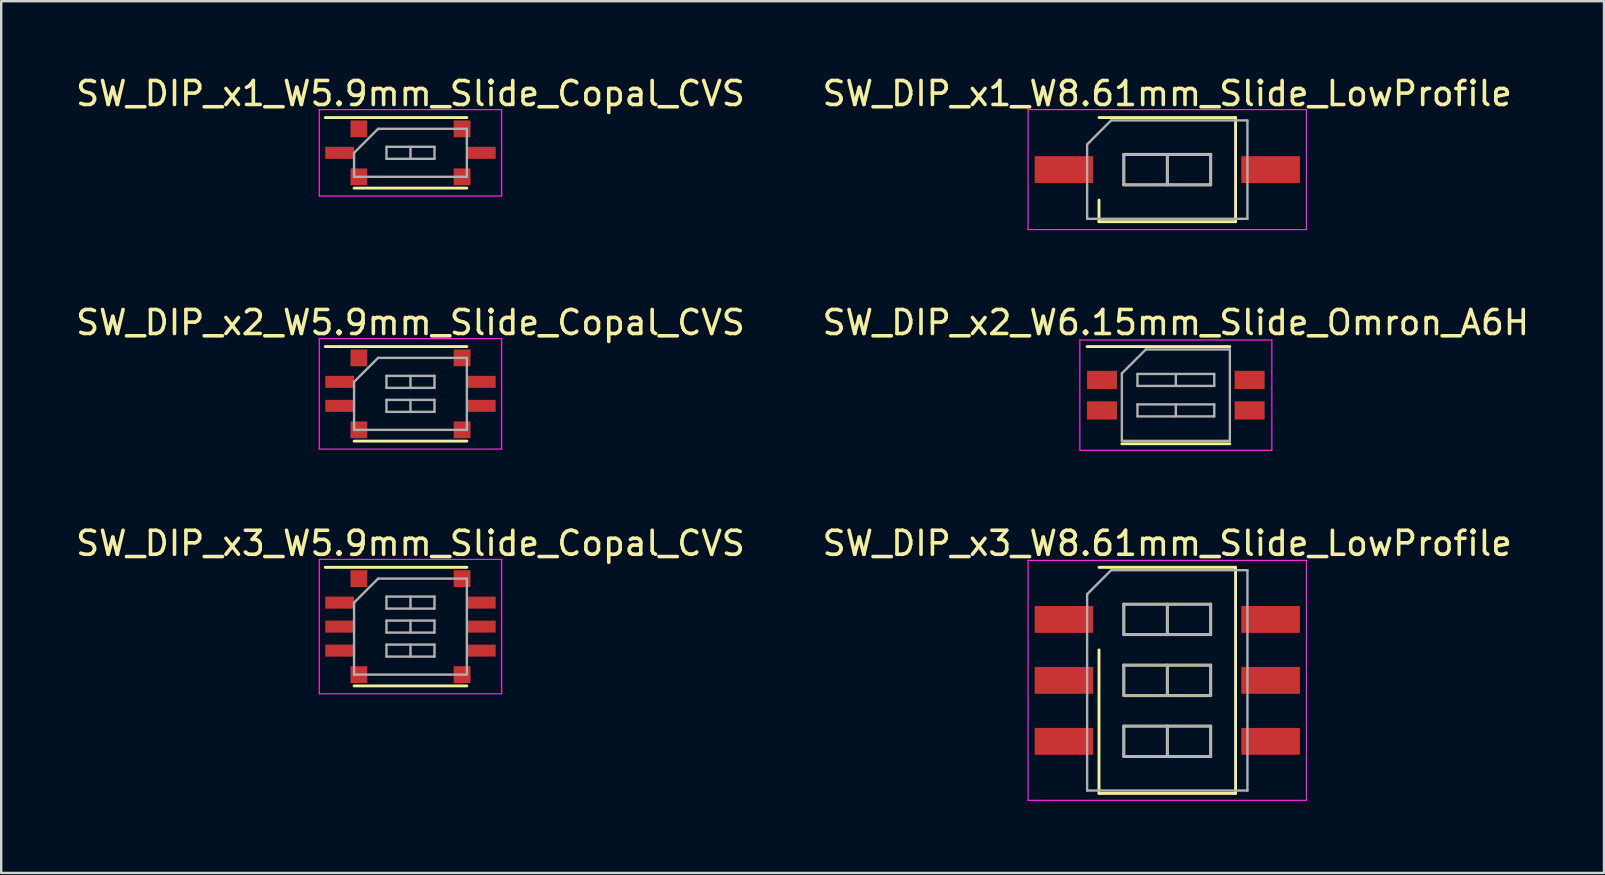
<source format=kicad_pcb>
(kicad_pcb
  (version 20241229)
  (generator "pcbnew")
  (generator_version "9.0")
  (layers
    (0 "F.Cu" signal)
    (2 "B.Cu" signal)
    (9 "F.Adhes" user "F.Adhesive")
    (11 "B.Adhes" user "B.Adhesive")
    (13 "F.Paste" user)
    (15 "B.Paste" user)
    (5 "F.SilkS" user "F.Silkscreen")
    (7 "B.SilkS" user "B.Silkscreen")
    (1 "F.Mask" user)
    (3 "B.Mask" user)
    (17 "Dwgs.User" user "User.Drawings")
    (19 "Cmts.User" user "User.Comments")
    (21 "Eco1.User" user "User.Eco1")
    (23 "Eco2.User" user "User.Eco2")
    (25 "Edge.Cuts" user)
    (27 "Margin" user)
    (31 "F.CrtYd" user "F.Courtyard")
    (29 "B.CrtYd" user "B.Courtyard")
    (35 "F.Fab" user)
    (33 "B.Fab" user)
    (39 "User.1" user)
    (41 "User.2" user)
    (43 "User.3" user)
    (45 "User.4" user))
  (footprint "SW_DIP_x2_W5.9mm_Slide_Copal_CVS"
    (layer "F.Cu")
    (at 14.054 13.361)
    (property "Reference" "SW_DIP_x2_W5.9mm_Slide_Copal_CVS" (at 0 -2.97 0) (layer "F.SilkS") (effects (font (size 1 1) (thickness 0.15))))
    (attr smd)
    (fp_line (start -3.55 -1.97) (end 2.35 -1.97) (stroke (width 0.12) (type solid)) (layer "F.SilkS"))
    (fp_line (start -2.35 1.97) (end 2.35 1.97) (stroke (width 0.12) (type solid)) (layer "F.SilkS"))
    (fp_line (start -3.8 -2.3) (end -3.8 2.3) (stroke (width 0.05) (type solid)) (layer "F.CrtYd"))
    (fp_line (start -3.8 2.3) (end 3.8 2.3) (stroke (width 0.05) (type solid)) (layer "F.CrtYd"))
    (fp_line (start 3.8 -2.3) (end -3.8 -2.3) (stroke (width 0.05) (type solid)) (layer "F.CrtYd"))
    (fp_line (start 3.8 2.3) (end 3.8 -2.3) (stroke (width 0.05) (type solid)) (layer "F.CrtYd"))
    (fp_line (start -2.35 -0.5) (end -1.35 -1.5) (stroke (width 0.1) (type solid)) (layer "F.Fab"))
    (fp_line (start -2.35 1.5) (end -2.35 -0.5) (stroke (width 0.1) (type solid)) (layer "F.Fab"))
    (fp_line (start -1.35 -1.5) (end 2.35 -1.5) (stroke (width 0.1) (type solid)) (layer "F.Fab"))
    (fp_line (start -1 -0.75) (end -1 -0.25) (stroke (width 0.1) (type solid)) (layer "F.Fab"))
    (fp_line (start -1 -0.25) (end 1 -0.25) (stroke (width 0.1) (type solid)) (layer "F.Fab"))
    (fp_line (start -1 0.25) (end -1 0.75) (stroke (width 0.1) (type solid)) (layer "F.Fab"))
    (fp_line (start -1 0.75) (end 1 0.75) (stroke (width 0.1) (type solid)) (layer "F.Fab"))
    (fp_line (start 0 -0.75) (end 0 -0.25) (stroke (width 0.1) (type solid)) (layer "F.Fab"))
    (fp_line (start 0 0.25) (end 0 0.75) (stroke (width 0.1) (type solid)) (layer "F.Fab"))
    (fp_line (start 1 -0.75) (end -1 -0.75) (stroke (width 0.1) (type solid)) (layer "F.Fab"))
    (fp_line (start 1 -0.25) (end 1 -0.75) (stroke (width 0.1) (type solid)) (layer "F.Fab"))
    (fp_line (start 1 0.25) (end -1 0.25) (stroke (width 0.1) (type solid)) (layer "F.Fab"))
    (fp_line (start 1 0.75) (end 1 0.25) (stroke (width 0.1) (type solid)) (layer "F.Fab"))
    (fp_line (start 2.35 -1.5) (end 2.35 1.5) (stroke (width 0.1) (type solid)) (layer "F.Fab"))
    (fp_line (start 2.35 1.5) (end -2.35 1.5) (stroke (width 0.1) (type solid)) (layer "F.Fab"))
    (pad "1" smd rect (at -2.95 -0.5) (size 1.2 0.5) (layers "F.Cu" "F.Mask"))
    (pad "2" smd rect (at -2.95 0.5) (size 1.2 0.5) (layers "F.Cu" "F.Mask"))
    (pad "3" smd rect (at 2.95 0.5) (size 1.2 0.5) (layers "F.Cu" "F.Mask"))
    (pad "4" smd rect (at 2.95 -0.5) (size 1.2 0.5) (layers "F.Cu" "F.Mask"))
    (pad "5" smd rect (at -2.15 -1.5) (size 0.7 0.7) (layers "F.Cu" "F.Mask"))
    (pad "5" smd rect (at -2.15 1.5) (size 0.7 0.7) (layers "F.Cu" "F.Mask"))
    (pad "5" smd rect (at 2.15 -1.5) (size 0.7 0.7) (layers "F.Cu" "F.Mask"))
    (pad "5" smd rect (at 2.15 1.5) (size 0.7 0.7) (layers "F.Cu" "F.Mask")))
  (footprint "SW_DIP_x1_W8.61mm_Slide_LowProfile"
    (layer "F.Cu")
    (at 45.589 4.018)
    (property "Reference" "SW_DIP_x1_W8.61mm_Slide_LowProfile" (at 0 -3.17 0) (layer "F.SilkS") (effects (font (size 1 1) (thickness 0.15))))
    (attr smd)
    (fp_line (start -2.845 -2.17) (end 2.845 -2.17) (stroke (width 0.12) (type solid)) (layer "F.SilkS"))
    (fp_line (start -2.845 2.17) (end -2.845 1.27) (stroke (width 0.12) (type solid)) (layer "F.SilkS"))
    (fp_line (start -1.81 -0.635) (end -1.81 0.635) (stroke (width 0.12) (type solid)) (layer "F.SilkS"))
    (fp_line (start -1.81 0.635) (end 1.81 0.635) (stroke (width 0.12) (type solid)) (layer "F.SilkS"))
    (fp_line (start 0 -0.635) (end 0 0.635) (stroke (width 0.12) (type solid)) (layer "F.SilkS"))
    (fp_line (start 1.81 -0.635) (end -1.81 -0.635) (stroke (width 0.12) (type solid)) (layer "F.SilkS"))
    (fp_line (start 1.81 0.635) (end 1.81 -0.635) (stroke (width 0.12) (type solid)) (layer "F.SilkS"))
    (fp_line (start 2.845 -2.17) (end 2.845 2.17) (stroke (width 0.12) (type solid)) (layer "F.SilkS"))
    (fp_line (start 2.845 2.17) (end -2.845 2.17) (stroke (width 0.12) (type solid)) (layer "F.SilkS"))
    (fp_line (start -5.8 -2.5) (end -5.8 2.5) (stroke (width 0.05) (type solid)) (layer "F.CrtYd"))
    (fp_line (start -5.8 2.5) (end 5.8 2.5) (stroke (width 0.05) (type solid)) (layer "F.CrtYd"))
    (fp_line (start 5.8 -2.5) (end -5.8 -2.5) (stroke (width 0.05) (type solid)) (layer "F.CrtYd"))
    (fp_line (start 5.8 2.5) (end 5.8 -2.5) (stroke (width 0.05) (type solid)) (layer "F.CrtYd"))
    (fp_line (start -3.34 -1.05) (end -2.34 -2.05) (stroke (width 0.1) (type solid)) (layer "F.Fab"))
    (fp_line (start -3.34 2.05) (end -3.34 -1.05) (stroke (width 0.1) (type solid)) (layer "F.Fab"))
    (fp_line (start -2.34 -2.05) (end 3.34 -2.05) (stroke (width 0.1) (type solid)) (layer "F.Fab"))
    (fp_line (start -1.81 -0.635) (end -1.81 0.635) (stroke (width 0.1) (type solid)) (layer "F.Fab"))
    (fp_line (start -1.81 0.635) (end 1.81 0.635) (stroke (width 0.1) (type solid)) (layer "F.Fab"))
    (fp_line (start 0 -0.635) (end 0 0.635) (stroke (width 0.1) (type solid)) (layer "F.Fab"))
    (fp_line (start 1.81 -0.635) (end -1.81 -0.635) (stroke (width 0.1) (type solid)) (layer "F.Fab"))
    (fp_line (start 1.81 0.635) (end 1.81 -0.635) (stroke (width 0.1) (type solid)) (layer "F.Fab"))
    (fp_line (start 3.34 -2.05) (end 3.34 2.05) (stroke (width 0.1) (type solid)) (layer "F.Fab"))
    (fp_line (start 3.34 2.05) (end -3.34 2.05) (stroke (width 0.1) (type solid)) (layer "F.Fab"))
    (pad "1" smd rect (at -4.305 0) (size 2.44 1.12) (layers "F.Cu" "F.Mask"))
    (pad "2" smd rect (at 4.305 0) (size 2.44 1.12) (layers "F.Cu" "F.Mask")))
  (footprint "SW_DIP_x3_W8.61mm_Slide_LowProfile"
    (layer "F.Cu")
    (at 45.589 25.3)
    (property "Reference" "SW_DIP_x3_W8.61mm_Slide_LowProfile" (at 0 -5.71 0) (layer "F.SilkS") (effects (font (size 1 1) (thickness 0.15))))
    (attr smd)
    (fp_line (start -2.845 -4.71) (end 2.845 -4.71) (stroke (width 0.12) (type solid)) (layer "F.SilkS"))
    (fp_line (start -2.845 4.71) (end -2.845 -1.27) (stroke (width 0.12) (type solid)) (layer "F.SilkS"))
    (fp_line (start -1.81 -3.175) (end -1.81 -1.905) (stroke (width 0.12) (type solid)) (layer "F.SilkS"))
    (fp_line (start -1.81 -1.905) (end 1.81 -1.905) (stroke (width 0.12) (type solid)) (layer "F.SilkS"))
    (fp_line (start -1.81 -0.635) (end -1.81 0.635) (stroke (width 0.12) (type solid)) (layer "F.SilkS"))
    (fp_line (start -1.81 0.635) (end 1.81 0.635) (stroke (width 0.12) (type solid)) (layer "F.SilkS"))
    (fp_line (start -1.81 1.905) (end -1.81 3.175) (stroke (width 0.12) (type solid)) (layer "F.SilkS"))
    (fp_line (start -1.81 3.175) (end 1.81 3.175) (stroke (width 0.12) (type solid)) (layer "F.SilkS"))
    (fp_line (start 0 -3.175) (end 0 -1.905) (stroke (width 0.12) (type solid)) (layer "F.SilkS"))
    (fp_line (start 0 -0.635) (end 0 0.635) (stroke (width 0.12) (type solid)) (layer "F.SilkS"))
    (fp_line (start 0 1.905) (end 0 3.175) (stroke (width 0.12) (type solid)) (layer "F.SilkS"))
    (fp_line (start 1.81 -3.175) (end -1.81 -3.175) (stroke (width 0.12) (type solid)) (layer "F.SilkS"))
    (fp_line (start 1.81 -1.905) (end 1.81 -3.175) (stroke (width 0.12) (type solid)) (layer "F.SilkS"))
    (fp_line (start 1.81 -0.635) (end -1.81 -0.635) (stroke (width 0.12) (type solid)) (layer "F.SilkS"))
    (fp_line (start 1.81 0.635) (end 1.81 -0.635) (stroke (width 0.12) (type solid)) (layer "F.SilkS"))
    (fp_line (start 1.81 1.905) (end -1.81 1.905) (stroke (width 0.12) (type solid)) (layer "F.SilkS"))
    (fp_line (start 1.81 3.175) (end 1.81 1.905) (stroke (width 0.12) (type solid)) (layer "F.SilkS"))
    (fp_line (start 2.845 -4.71) (end 2.845 4.71) (stroke (width 0.12) (type solid)) (layer "F.SilkS"))
    (fp_line (start 2.845 4.71) (end -2.845 4.71) (stroke (width 0.12) (type solid)) (layer "F.SilkS"))
    (fp_line (start -5.8 -5) (end -5.8 5) (stroke (width 0.05) (type solid)) (layer "F.CrtYd"))
    (fp_line (start -5.8 5) (end 5.8 5) (stroke (width 0.05) (type solid)) (layer "F.CrtYd"))
    (fp_line (start 5.8 -5) (end -5.8 -5) (stroke (width 0.05) (type solid)) (layer "F.CrtYd"))
    (fp_line (start 5.8 5) (end 5.8 -5) (stroke (width 0.05) (type solid)) (layer "F.CrtYd"))
    (fp_line (start -3.34 -3.59) (end -2.34 -4.59) (stroke (width 0.1) (type solid)) (layer "F.Fab"))
    (fp_line (start -3.34 4.59) (end -3.34 -3.59) (stroke (width 0.1) (type solid)) (layer "F.Fab"))
    (fp_line (start -2.34 -4.59) (end 3.34 -4.59) (stroke (width 0.1) (type solid)) (layer "F.Fab"))
    (fp_line (start -1.81 -3.175) (end -1.81 -1.905) (stroke (width 0.1) (type solid)) (layer "F.Fab"))
    (fp_line (start -1.81 -1.905) (end 1.81 -1.905) (stroke (width 0.1) (type solid)) (layer "F.Fab"))
    (fp_line (start -1.81 -0.635) (end -1.81 0.635) (stroke (width 0.1) (type solid)) (layer "F.Fab"))
    (fp_line (start -1.81 0.635) (end 1.81 0.635) (stroke (width 0.1) (type solid)) (layer "F.Fab"))
    (fp_line (start -1.81 1.905) (end -1.81 3.175) (stroke (width 0.1) (type solid)) (layer "F.Fab"))
    (fp_line (start -1.81 3.175) (end 1.81 3.175) (stroke (width 0.1) (type solid)) (layer "F.Fab"))
    (fp_line (start 0 -3.175) (end 0 -1.905) (stroke (width 0.1) (type solid)) (layer "F.Fab"))
    (fp_line (start 0 -0.635) (end 0 0.635) (stroke (width 0.1) (type solid)) (layer "F.Fab"))
    (fp_line (start 0 1.905) (end 0 3.175) (stroke (width 0.1) (type solid)) (layer "F.Fab"))
    (fp_line (start 1.81 -3.175) (end -1.81 -3.175) (stroke (width 0.1) (type solid)) (layer "F.Fab"))
    (fp_line (start 1.81 -1.905) (end 1.81 -3.175) (stroke (width 0.1) (type solid)) (layer "F.Fab"))
    (fp_line (start 1.81 -0.635) (end -1.81 -0.635) (stroke (width 0.1) (type solid)) (layer "F.Fab"))
    (fp_line (start 1.81 0.635) (end 1.81 -0.635) (stroke (width 0.1) (type solid)) (layer "F.Fab"))
    (fp_line (start 1.81 1.905) (end -1.81 1.905) (stroke (width 0.1) (type solid)) (layer "F.Fab"))
    (fp_line (start 1.81 3.175) (end 1.81 1.905) (stroke (width 0.1) (type solid)) (layer "F.Fab"))
    (fp_line (start 3.34 -4.59) (end 3.34 4.59) (stroke (width 0.1) (type solid)) (layer "F.Fab"))
    (fp_line (start 3.34 4.59) (end -3.34 4.59) (stroke (width 0.1) (type solid)) (layer "F.Fab"))
    (pad "1" smd rect (at -4.305 -2.54) (size 2.44 1.12) (layers "F.Cu" "F.Mask"))
    (pad "2" smd rect (at -4.305 0) (size 2.44 1.12) (layers "F.Cu" "F.Mask"))
    (pad "3" smd rect (at -4.305 2.54) (size 2.44 1.12) (layers "F.Cu" "F.Mask"))
    (pad "4" smd rect (at 4.305 2.54) (size 2.44 1.12) (layers "F.Cu" "F.Mask"))
    (pad "5" smd rect (at 4.305 0) (size 2.44 1.12) (layers "F.Cu" "F.Mask"))
    (pad "6" smd rect (at 4.305 -2.54) (size 2.44 1.12) (layers "F.Cu" "F.Mask")))
  (footprint "SW_DIP_x3_W5.9mm_Slide_Copal_CVS"
    (layer "F.Cu")
    (at 14.054 23.06)
    (property "Reference" "SW_DIP_x3_W5.9mm_Slide_Copal_CVS" (at 0 -3.47 0) (layer "F.SilkS") (effects (font (size 1 1) (thickness 0.15))))
    (attr smd)
    (fp_line (start -3.55 -2.47) (end 2.35 -2.47) (stroke (width 0.12) (type solid)) (layer "F.SilkS"))
    (fp_line (start -2.35 2.47) (end 2.35 2.47) (stroke (width 0.12) (type solid)) (layer "F.SilkS"))
    (fp_line (start -3.8 -2.8) (end -3.8 2.8) (stroke (width 0.05) (type solid)) (layer "F.CrtYd"))
    (fp_line (start -3.8 2.8) (end 3.8 2.8) (stroke (width 0.05) (type solid)) (layer "F.CrtYd"))
    (fp_line (start 3.8 -2.8) (end -3.8 -2.8) (stroke (width 0.05) (type solid)) (layer "F.CrtYd"))
    (fp_line (start 3.8 2.8) (end 3.8 -2.8) (stroke (width 0.05) (type solid)) (layer "F.CrtYd"))
    (fp_line (start -2.35 -1) (end -1.35 -2) (stroke (width 0.1) (type solid)) (layer "F.Fab"))
    (fp_line (start -2.35 2) (end -2.35 -1) (stroke (width 0.1) (type solid)) (layer "F.Fab"))
    (fp_line (start -1.35 -2) (end 2.35 -2) (stroke (width 0.1) (type solid)) (layer "F.Fab"))
    (fp_line (start -1 -1.25) (end -1 -0.75) (stroke (width 0.1) (type solid)) (layer "F.Fab"))
    (fp_line (start -1 -0.75) (end 1 -0.75) (stroke (width 0.1) (type solid)) (layer "F.Fab"))
    (fp_line (start -1 -0.25) (end -1 0.25) (stroke (width 0.1) (type solid)) (layer "F.Fab"))
    (fp_line (start -1 0.25) (end 1 0.25) (stroke (width 0.1) (type solid)) (layer "F.Fab"))
    (fp_line (start -1 0.75) (end -1 1.25) (stroke (width 0.1) (type solid)) (layer "F.Fab"))
    (fp_line (start -1 1.25) (end 1 1.25) (stroke (width 0.1) (type solid)) (layer "F.Fab"))
    (fp_line (start 0 -1.25) (end 0 -0.75) (stroke (width 0.1) (type solid)) (layer "F.Fab"))
    (fp_line (start 0 -0.25) (end 0 0.25) (stroke (width 0.1) (type solid)) (layer "F.Fab"))
    (fp_line (start 0 0.75) (end 0 1.25) (stroke (width 0.1) (type solid)) (layer "F.Fab"))
    (fp_line (start 1 -1.25) (end -1 -1.25) (stroke (width 0.1) (type solid)) (layer "F.Fab"))
    (fp_line (start 1 -0.75) (end 1 -1.25) (stroke (width 0.1) (type solid)) (layer "F.Fab"))
    (fp_line (start 1 -0.25) (end -1 -0.25) (stroke (width 0.1) (type solid)) (layer "F.Fab"))
    (fp_line (start 1 0.25) (end 1 -0.25) (stroke (width 0.1) (type solid)) (layer "F.Fab"))
    (fp_line (start 1 0.75) (end -1 0.75) (stroke (width 0.1) (type solid)) (layer "F.Fab"))
    (fp_line (start 1 1.25) (end 1 0.75) (stroke (width 0.1) (type solid)) (layer "F.Fab"))
    (fp_line (start 2.35 -2) (end 2.35 2) (stroke (width 0.1) (type solid)) (layer "F.Fab"))
    (fp_line (start 2.35 2) (end -2.35 2) (stroke (width 0.1) (type solid)) (layer "F.Fab"))
    (pad "1" smd rect (at -2.95 -1) (size 1.2 0.5) (layers "F.Cu" "F.Mask"))
    (pad "2" smd rect (at -2.95 0) (size 1.2 0.5) (layers "F.Cu" "F.Mask"))
    (pad "3" smd rect (at -2.95 1) (size 1.2 0.5) (layers "F.Cu" "F.Mask"))
    (pad "4" smd rect (at 2.95 1) (size 1.2 0.5) (layers "F.Cu" "F.Mask"))
    (pad "5" smd rect (at 2.95 0) (size 1.2 0.5) (layers "F.Cu" "F.Mask"))
    (pad "6" smd rect (at 2.95 -1) (size 1.2 0.5) (layers "F.Cu" "F.Mask"))
    (pad "7" smd rect (at -2.15 -2) (size 0.7 0.7) (layers "F.Cu" "F.Mask"))
    (pad "7" smd rect (at -2.15 2) (size 0.7 0.7) (layers "F.Cu" "F.Mask"))
    (pad "7" smd rect (at 2.15 -2) (size 0.7 0.7) (layers "F.Cu" "F.Mask"))
    (pad "7" smd rect (at 2.15 2) (size 0.7 0.7) (layers "F.Cu" "F.Mask")))
  (footprint "SW_DIP_x2_W6.15mm_Slide_Omron_A6H"
    (layer "F.Cu")
    (at 45.946 13.416)
    (property "Reference" "SW_DIP_x2_W6.15mm_Slide_Omron_A6H" (at 0 -3.025 0) (layer "F.SilkS") (effects (font (size 1 1) (thickness 0.15))))
    (attr smd)
    (fp_line (start -3.7 -2.025) (end 2.25 -2.025) (stroke (width 0.12) (type solid)) (layer "F.SilkS"))
    (fp_line (start -2.25 2.025) (end 2.25 2.025) (stroke (width 0.12) (type solid)) (layer "F.SilkS"))
    (fp_line (start -4 -2.3) (end -4 2.3) (stroke (width 0.05) (type solid)) (layer "F.CrtYd"))
    (fp_line (start -4 2.3) (end 4 2.3) (stroke (width 0.05) (type solid)) (layer "F.CrtYd"))
    (fp_line (start 4 -2.3) (end -4 -2.3) (stroke (width 0.05) (type solid)) (layer "F.CrtYd"))
    (fp_line (start 4 2.3) (end 4 -2.3) (stroke (width 0.05) (type solid)) (layer "F.CrtYd"))
    (fp_line (start -2.25 -0.905) (end -1.25 -1.905) (stroke (width 0.1) (type solid)) (layer "F.Fab"))
    (fp_line (start -2.25 1.905) (end -2.25 -0.905) (stroke (width 0.1) (type solid)) (layer "F.Fab"))
    (fp_line (start -1.6 -0.885) (end -1.6 -0.385) (stroke (width 0.1) (type solid)) (layer "F.Fab"))
    (fp_line (start -1.6 -0.385) (end 1.6 -0.385) (stroke (width 0.1) (type solid)) (layer "F.Fab"))
    (fp_line (start -1.6 0.385) (end -1.6 0.885) (stroke (width 0.1) (type solid)) (layer "F.Fab"))
    (fp_line (start -1.6 0.885) (end 1.6 0.885) (stroke (width 0.1) (type solid)) (layer "F.Fab"))
    (fp_line (start -1.25 -1.905) (end 2.25 -1.905) (stroke (width 0.1) (type solid)) (layer "F.Fab"))
    (fp_line (start 0 -0.885) (end 0 -0.385) (stroke (width 0.1) (type solid)) (layer "F.Fab"))
    (fp_line (start 0 0.385) (end 0 0.885) (stroke (width 0.1) (type solid)) (layer "F.Fab"))
    (fp_line (start 1.6 -0.885) (end -1.6 -0.885) (stroke (width 0.1) (type solid)) (layer "F.Fab"))
    (fp_line (start 1.6 -0.385) (end 1.6 -0.885) (stroke (width 0.1) (type solid)) (layer "F.Fab"))
    (fp_line (start 1.6 0.385) (end -1.6 0.385) (stroke (width 0.1) (type solid)) (layer "F.Fab"))
    (fp_line (start 1.6 0.885) (end 1.6 0.385) (stroke (width 0.1) (type solid)) (layer "F.Fab"))
    (fp_line (start 2.25 -1.905) (end 2.25 1.905) (stroke (width 0.1) (type solid)) (layer "F.Fab"))
    (fp_line (start 2.25 1.905) (end -2.25 1.905) (stroke (width 0.1) (type solid)) (layer "F.Fab"))
    (pad "1" smd rect (at -3.075 -0.635) (size 1.25 0.76) (layers "F.Cu" "F.Mask"))
    (pad "2" smd rect (at -3.075 0.635) (size 1.25 0.76) (layers "F.Cu" "F.Mask"))
    (pad "3" smd rect (at 3.075 0.635) (size 1.25 0.76) (layers "F.Cu" "F.Mask"))
    (pad "4" smd rect (at 3.075 -0.635) (size 1.25 0.76) (layers "F.Cu" "F.Mask")))
  (footprint "SW_DIP_x1_W5.9mm_Slide_Copal_CVS"
    (layer "F.Cu")
    (at 14.054 3.318)
    (property "Reference" "SW_DIP_x1_W5.9mm_Slide_Copal_CVS" (at 0 -2.47 0) (layer "F.SilkS") (effects (font (size 1 1) (thickness 0.15))))
    (attr smd)
    (fp_line (start -3.55 -1.47) (end 2.35 -1.47) (stroke (width 0.12) (type solid)) (layer "F.SilkS"))
    (fp_line (start -2.35 1.47) (end 2.35 1.47) (stroke (width 0.12) (type solid)) (layer "F.SilkS"))
    (fp_line (start -3.8 -1.8) (end -3.8 1.8) (stroke (width 0.05) (type solid)) (layer "F.CrtYd"))
    (fp_line (start -3.8 1.8) (end 3.8 1.8) (stroke (width 0.05) (type solid)) (layer "F.CrtYd"))
    (fp_line (start 3.8 -1.8) (end -3.8 -1.8) (stroke (width 0.05) (type solid)) (layer "F.CrtYd"))
    (fp_line (start 3.8 1.8) (end 3.8 -1.8) (stroke (width 0.05) (type solid)) (layer "F.CrtYd"))
    (fp_line (start -2.35 0) (end -1.35 -1) (stroke (width 0.1) (type solid)) (layer "F.Fab"))
    (fp_line (start -2.35 1) (end -2.35 0) (stroke (width 0.1) (type solid)) (layer "F.Fab"))
    (fp_line (start -1.35 -1) (end 2.35 -1) (stroke (width 0.1) (type solid)) (layer "F.Fab"))
    (fp_line (start -1 -0.25) (end -1 0.25) (stroke (width 0.1) (type solid)) (layer "F.Fab"))
    (fp_line (start -1 0.25) (end 1 0.25) (stroke (width 0.1) (type solid)) (layer "F.Fab"))
    (fp_line (start 0 -0.25) (end 0 0.25) (stroke (width 0.1) (type solid)) (layer "F.Fab"))
    (fp_line (start 1 -0.25) (end -1 -0.25) (stroke (width 0.1) (type solid)) (layer "F.Fab"))
    (fp_line (start 1 0.25) (end 1 -0.25) (stroke (width 0.1) (type solid)) (layer "F.Fab"))
    (fp_line (start 2.35 -1) (end 2.35 1) (stroke (width 0.1) (type solid)) (layer "F.Fab"))
    (fp_line (start 2.35 1) (end -2.35 1) (stroke (width 0.1) (type solid)) (layer "F.Fab"))
    (pad "1" smd rect (at -2.95 0) (size 1.2 0.5) (layers "F.Cu" "F.Mask"))
    (pad "2" smd rect (at 2.95 0) (size 1.2 0.5) (layers "F.Cu" "F.Mask"))
    (pad "3" smd rect (at -2.15 -1) (size 0.7 0.7) (layers "F.Cu" "F.Mask"))
    (pad "3" smd rect (at -2.15 1) (size 0.7 0.7) (layers "F.Cu" "F.Mask"))
    (pad "3" smd rect (at 2.15 -1) (size 0.7 0.7) (layers "F.Cu" "F.Mask"))
    (pad "3" smd rect (at 2.15 1) (size 0.7 0.7) (layers "F.Cu" "F.Mask")))
  (gr_rect
    (start -3 -3)
    (end 63.786 33.325)
    (stroke (width 0.1) (type default))
    (fill no)
    (layer "Edge.Cuts")))
</source>
